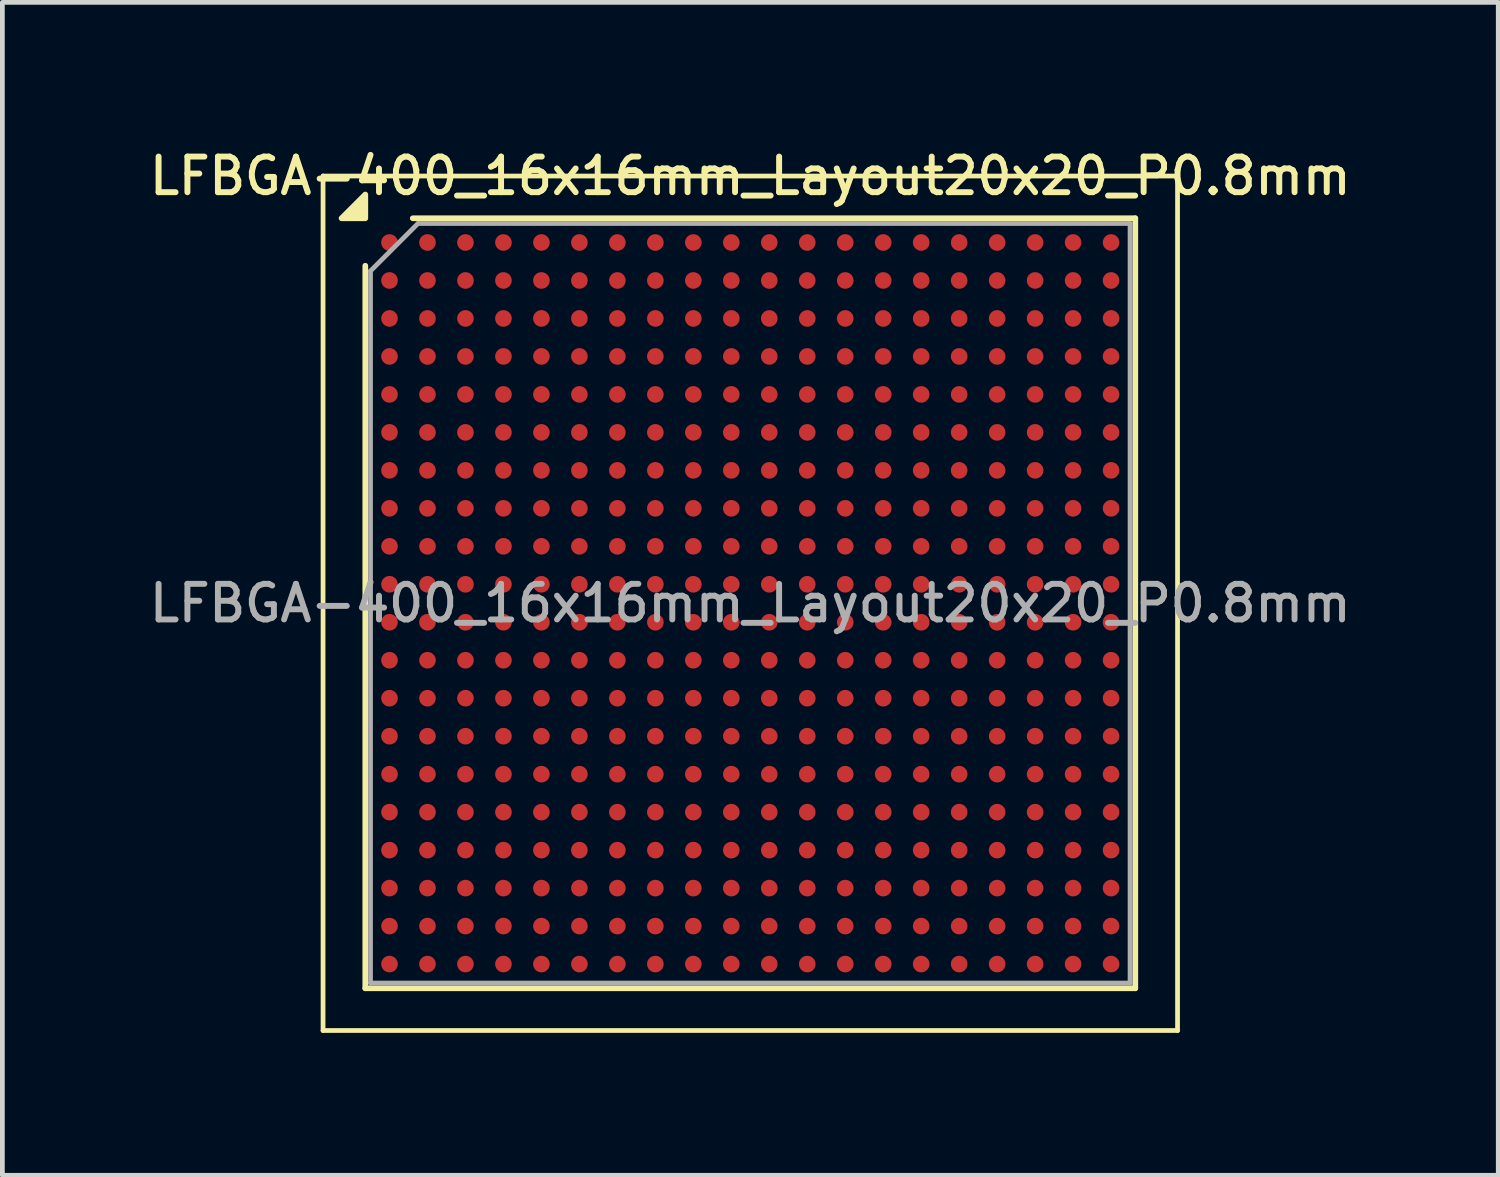
<source format=kicad_pcb>
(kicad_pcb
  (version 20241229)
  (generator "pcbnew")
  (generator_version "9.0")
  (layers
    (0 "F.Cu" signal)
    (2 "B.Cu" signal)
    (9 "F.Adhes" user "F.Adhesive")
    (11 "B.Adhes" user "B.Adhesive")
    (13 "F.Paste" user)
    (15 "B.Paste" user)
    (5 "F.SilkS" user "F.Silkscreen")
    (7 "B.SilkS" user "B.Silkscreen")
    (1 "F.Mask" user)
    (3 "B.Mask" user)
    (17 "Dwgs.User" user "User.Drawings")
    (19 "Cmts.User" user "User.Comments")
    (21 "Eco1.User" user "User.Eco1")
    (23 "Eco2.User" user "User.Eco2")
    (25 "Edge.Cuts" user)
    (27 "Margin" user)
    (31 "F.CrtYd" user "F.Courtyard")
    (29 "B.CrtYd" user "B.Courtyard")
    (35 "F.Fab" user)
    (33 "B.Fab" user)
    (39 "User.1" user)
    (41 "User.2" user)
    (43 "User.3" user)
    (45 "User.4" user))
  (footprint "LFBGA-400_16x16mm_Layout20x20_P0.8mm"
    (layer "F.Cu")
    (at 12.755 9.658)
    (property "Reference" "LFBGA-400_16x16mm_Layout20x20_P0.8mm" (at 0 -9 0) (layer "F.SilkS") (effects (font (size 0.75 0.75) (thickness 0.125))))
    (attr smd)
    (fp_line (start -9 -9) (end -9 9) (stroke (width 0.1) (type solid)) (layer "F.SilkS"))
    (fp_line (start -9 9) (end 9 9) (stroke (width 0.1) (type solid)) (layer "F.SilkS"))
    (fp_line (start -8.11 8.11) (end -8.11 -7.11) (stroke (width 0.12) (type solid)) (layer "F.SilkS"))
    (fp_line (start -7.11 -8.11) (end 8.11 -8.11) (stroke (width 0.12) (type solid)) (layer "F.SilkS"))
    (fp_line (start 8.11 -8.11) (end 8.11 8.11) (stroke (width 0.12) (type solid)) (layer "F.SilkS"))
    (fp_line (start 8.11 8.11) (end -8.11 8.11) (stroke (width 0.12) (type solid)) (layer "F.SilkS"))
    (fp_line (start 9 -9) (end -9 -9) (stroke (width 0.1) (type solid)) (layer "F.SilkS"))
    (fp_line (start 9 9) (end 9 -9) (stroke (width 0.1) (type solid)) (layer "F.SilkS"))
    (fp_poly (pts (xy -8.11 -8.11) (xy -8.61 -8.11) (xy -8.11 -8.61) (xy -8.11 -8.11)) (stroke (width 0.12) (type solid)) (fill yes) (layer "F.SilkS"))
    (fp_line (start -8 -7) (end -7 -8) (stroke (width 0.1) (type solid)) (layer "F.Fab"))
    (fp_line (start -8 8) (end -8 -7) (stroke (width 0.1) (type solid)) (layer "F.Fab"))
    (fp_line (start -7 -8) (end 8 -8) (stroke (width 0.1) (type solid)) (layer "F.Fab"))
    (fp_line (start 8 -8) (end 8 8) (stroke (width 0.1) (type solid)) (layer "F.Fab"))
    (fp_line (start 8 8) (end -8 8) (stroke (width 0.1) (type solid)) (layer "F.Fab"))
    (fp_text user "${REFERENCE}" (at 0 0 0) (layer "F.Fab") (effects (font (size 0.75 0.75) (thickness 0.125))))
    (pad "A1" smd circle (at -7.6 -7.6) (size 0.35 0.35) (property pad_prop_bga) (layers "F.Cu" "F.Mask" "F.Paste"))
    (pad "A2" smd circle (at -6.8 -7.6) (size 0.35 0.35) (property pad_prop_bga) (layers "F.Cu" "F.Mask" "F.Paste"))
    (pad "A3" smd circle (at -6 -7.6) (size 0.35 0.35) (property pad_prop_bga) (layers "F.Cu" "F.Mask" "F.Paste"))
    (pad "A4" smd circle (at -5.2 -7.6) (size 0.35 0.35) (property pad_prop_bga) (layers "F.Cu" "F.Mask" "F.Paste"))
    (pad "A5" smd circle (at -4.4 -7.6) (size 0.35 0.35) (property pad_prop_bga) (layers "F.Cu" "F.Mask" "F.Paste"))
    (pad "A6" smd circle (at -3.6 -7.6) (size 0.35 0.35) (property pad_prop_bga) (layers "F.Cu" "F.Mask" "F.Paste"))
    (pad "A7" smd circle (at -2.8 -7.6) (size 0.35 0.35) (property pad_prop_bga) (layers "F.Cu" "F.Mask" "F.Paste"))
    (pad "A8" smd circle (at -2 -7.6) (size 0.35 0.35) (property pad_prop_bga) (layers "F.Cu" "F.Mask" "F.Paste"))
    (pad "A9" smd circle (at -1.2 -7.6) (size 0.35 0.35) (property pad_prop_bga) (layers "F.Cu" "F.Mask" "F.Paste"))
    (pad "A10" smd circle (at -0.4 -7.6) (size 0.35 0.35) (property pad_prop_bga) (layers "F.Cu" "F.Mask" "F.Paste"))
    (pad "A11" smd circle (at 0.4 -7.6) (size 0.35 0.35) (property pad_prop_bga) (layers "F.Cu" "F.Mask" "F.Paste"))
    (pad "A12" smd circle (at 1.2 -7.6) (size 0.35 0.35) (property pad_prop_bga) (layers "F.Cu" "F.Mask" "F.Paste"))
    (pad "A13" smd circle (at 2 -7.6) (size 0.35 0.35) (property pad_prop_bga) (layers "F.Cu" "F.Mask" "F.Paste"))
    (pad "A14" smd circle (at 2.8 -7.6) (size 0.35 0.35) (property pad_prop_bga) (layers "F.Cu" "F.Mask" "F.Paste"))
    (pad "A15" smd circle (at 3.6 -7.6) (size 0.35 0.35) (property pad_prop_bga) (layers "F.Cu" "F.Mask" "F.Paste"))
    (pad "A16" smd circle (at 4.4 -7.6) (size 0.35 0.35) (property pad_prop_bga) (layers "F.Cu" "F.Mask" "F.Paste"))
    (pad "A17" smd circle (at 5.2 -7.6) (size 0.35 0.35) (property pad_prop_bga) (layers "F.Cu" "F.Mask" "F.Paste"))
    (pad "A18" smd circle (at 6 -7.6) (size 0.35 0.35) (property pad_prop_bga) (layers "F.Cu" "F.Mask" "F.Paste"))
    (pad "A19" smd circle (at 6.8 -7.6) (size 0.35 0.35) (property pad_prop_bga) (layers "F.Cu" "F.Mask" "F.Paste"))
    (pad "A20" smd circle (at 7.6 -7.6) (size 0.35 0.35) (property pad_prop_bga) (layers "F.Cu" "F.Mask" "F.Paste"))
    (pad "B1" smd circle (at -7.6 -6.8) (size 0.35 0.35) (property pad_prop_bga) (layers "F.Cu" "F.Mask" "F.Paste"))
    (pad "B2" smd circle (at -6.8 -6.8) (size 0.35 0.35) (property pad_prop_bga) (layers "F.Cu" "F.Mask" "F.Paste"))
    (pad "B3" smd circle (at -6 -6.8) (size 0.35 0.35) (property pad_prop_bga) (layers "F.Cu" "F.Mask" "F.Paste"))
    (pad "B4" smd circle (at -5.2 -6.8) (size 0.35 0.35) (property pad_prop_bga) (layers "F.Cu" "F.Mask" "F.Paste"))
    (pad "B5" smd circle (at -4.4 -6.8) (size 0.35 0.35) (property pad_prop_bga) (layers "F.Cu" "F.Mask" "F.Paste"))
    (pad "B6" smd circle (at -3.6 -6.8) (size 0.35 0.35) (property pad_prop_bga) (layers "F.Cu" "F.Mask" "F.Paste"))
    (pad "B7" smd circle (at -2.8 -6.8) (size 0.35 0.35) (property pad_prop_bga) (layers "F.Cu" "F.Mask" "F.Paste"))
    (pad "B8" smd circle (at -2 -6.8) (size 0.35 0.35) (property pad_prop_bga) (layers "F.Cu" "F.Mask" "F.Paste"))
    (pad "B9" smd circle (at -1.2 -6.8) (size 0.35 0.35) (property pad_prop_bga) (layers "F.Cu" "F.Mask" "F.Paste"))
    (pad "B10" smd circle (at -0.4 -6.8) (size 0.35 0.35) (property pad_prop_bga) (layers "F.Cu" "F.Mask" "F.Paste"))
    (pad "B11" smd circle (at 0.4 -6.8) (size 0.35 0.35) (property pad_prop_bga) (layers "F.Cu" "F.Mask" "F.Paste"))
    (pad "B12" smd circle (at 1.2 -6.8) (size 0.35 0.35) (property pad_prop_bga) (layers "F.Cu" "F.Mask" "F.Paste"))
    (pad "B13" smd circle (at 2 -6.8) (size 0.35 0.35) (property pad_prop_bga) (layers "F.Cu" "F.Mask" "F.Paste"))
    (pad "B14" smd circle (at 2.8 -6.8) (size 0.35 0.35) (property pad_prop_bga) (layers "F.Cu" "F.Mask" "F.Paste"))
    (pad "B15" smd circle (at 3.6 -6.8) (size 0.35 0.35) (property pad_prop_bga) (layers "F.Cu" "F.Mask" "F.Paste"))
    (pad "B16" smd circle (at 4.4 -6.8) (size 0.35 0.35) (property pad_prop_bga) (layers "F.Cu" "F.Mask" "F.Paste"))
    (pad "B17" smd circle (at 5.2 -6.8) (size 0.35 0.35) (property pad_prop_bga) (layers "F.Cu" "F.Mask" "F.Paste"))
    (pad "B18" smd circle (at 6 -6.8) (size 0.35 0.35) (property pad_prop_bga) (layers "F.Cu" "F.Mask" "F.Paste"))
    (pad "B19" smd circle (at 6.8 -6.8) (size 0.35 0.35) (property pad_prop_bga) (layers "F.Cu" "F.Mask" "F.Paste"))
    (pad "B20" smd circle (at 7.6 -6.8) (size 0.35 0.35) (property pad_prop_bga) (layers "F.Cu" "F.Mask" "F.Paste"))
    (pad "C1" smd circle (at -7.6 -6) (size 0.35 0.35) (property pad_prop_bga) (layers "F.Cu" "F.Mask" "F.Paste"))
    (pad "C2" smd circle (at -6.8 -6) (size 0.35 0.35) (property pad_prop_bga) (layers "F.Cu" "F.Mask" "F.Paste"))
    (pad "C3" smd circle (at -6 -6) (size 0.35 0.35) (property pad_prop_bga) (layers "F.Cu" "F.Mask" "F.Paste"))
    (pad "C4" smd circle (at -5.2 -6) (size 0.35 0.35) (property pad_prop_bga) (layers "F.Cu" "F.Mask" "F.Paste"))
    (pad "C5" smd circle (at -4.4 -6) (size 0.35 0.35) (property pad_prop_bga) (layers "F.Cu" "F.Mask" "F.Paste"))
    (pad "C6" smd circle (at -3.6 -6) (size 0.35 0.35) (property pad_prop_bga) (layers "F.Cu" "F.Mask" "F.Paste"))
    (pad "C7" smd circle (at -2.8 -6) (size 0.35 0.35) (property pad_prop_bga) (layers "F.Cu" "F.Mask" "F.Paste"))
    (pad "C8" smd circle (at -2 -6) (size 0.35 0.35) (property pad_prop_bga) (layers "F.Cu" "F.Mask" "F.Paste"))
    (pad "C9" smd circle (at -1.2 -6) (size 0.35 0.35) (property pad_prop_bga) (layers "F.Cu" "F.Mask" "F.Paste"))
    (pad "C10" smd circle (at -0.4 -6) (size 0.35 0.35) (property pad_prop_bga) (layers "F.Cu" "F.Mask" "F.Paste"))
    (pad "C11" smd circle (at 0.4 -6) (size 0.35 0.35) (property pad_prop_bga) (layers "F.Cu" "F.Mask" "F.Paste"))
    (pad "C12" smd circle (at 1.2 -6) (size 0.35 0.35) (property pad_prop_bga) (layers "F.Cu" "F.Mask" "F.Paste"))
    (pad "C13" smd circle (at 2 -6) (size 0.35 0.35) (property pad_prop_bga) (layers "F.Cu" "F.Mask" "F.Paste"))
    (pad "C14" smd circle (at 2.8 -6) (size 0.35 0.35) (property pad_prop_bga) (layers "F.Cu" "F.Mask" "F.Paste"))
    (pad "C15" smd circle (at 3.6 -6) (size 0.35 0.35) (property pad_prop_bga) (layers "F.Cu" "F.Mask" "F.Paste"))
    (pad "C16" smd circle (at 4.4 -6) (size 0.35 0.35) (property pad_prop_bga) (layers "F.Cu" "F.Mask" "F.Paste"))
    (pad "C17" smd circle (at 5.2 -6) (size 0.35 0.35) (property pad_prop_bga) (layers "F.Cu" "F.Mask" "F.Paste"))
    (pad "C18" smd circle (at 6 -6) (size 0.35 0.35) (property pad_prop_bga) (layers "F.Cu" "F.Mask" "F.Paste"))
    (pad "C19" smd circle (at 6.8 -6) (size 0.35 0.35) (property pad_prop_bga) (layers "F.Cu" "F.Mask" "F.Paste"))
    (pad "C20" smd circle (at 7.6 -6) (size 0.35 0.35) (property pad_prop_bga) (layers "F.Cu" "F.Mask" "F.Paste"))
    (pad "D1" smd circle (at -7.6 -5.2) (size 0.35 0.35) (property pad_prop_bga) (layers "F.Cu" "F.Mask" "F.Paste"))
    (pad "D2" smd circle (at -6.8 -5.2) (size 0.35 0.35) (property pad_prop_bga) (layers "F.Cu" "F.Mask" "F.Paste"))
    (pad "D3" smd circle (at -6 -5.2) (size 0.35 0.35) (property pad_prop_bga) (layers "F.Cu" "F.Mask" "F.Paste"))
    (pad "D4" smd circle (at -5.2 -5.2) (size 0.35 0.35) (property pad_prop_bga) (layers "F.Cu" "F.Mask" "F.Paste"))
    (pad "D5" smd circle (at -4.4 -5.2) (size 0.35 0.35) (property pad_prop_bga) (layers "F.Cu" "F.Mask" "F.Paste"))
    (pad "D6" smd circle (at -3.6 -5.2) (size 0.35 0.35) (property pad_prop_bga) (layers "F.Cu" "F.Mask" "F.Paste"))
    (pad "D7" smd circle (at -2.8 -5.2) (size 0.35 0.35) (property pad_prop_bga) (layers "F.Cu" "F.Mask" "F.Paste"))
    (pad "D8" smd circle (at -2 -5.2) (size 0.35 0.35) (property pad_prop_bga) (layers "F.Cu" "F.Mask" "F.Paste"))
    (pad "D9" smd circle (at -1.2 -5.2) (size 0.35 0.35) (property pad_prop_bga) (layers "F.Cu" "F.Mask" "F.Paste"))
    (pad "D10" smd circle (at -0.4 -5.2) (size 0.35 0.35) (property pad_prop_bga) (layers "F.Cu" "F.Mask" "F.Paste"))
    (pad "D11" smd circle (at 0.4 -5.2) (size 0.35 0.35) (property pad_prop_bga) (layers "F.Cu" "F.Mask" "F.Paste"))
    (pad "D12" smd circle (at 1.2 -5.2) (size 0.35 0.35) (property pad_prop_bga) (layers "F.Cu" "F.Mask" "F.Paste"))
    (pad "D13" smd circle (at 2 -5.2) (size 0.35 0.35) (property pad_prop_bga) (layers "F.Cu" "F.Mask" "F.Paste"))
    (pad "D14" smd circle (at 2.8 -5.2) (size 0.35 0.35) (property pad_prop_bga) (layers "F.Cu" "F.Mask" "F.Paste"))
    (pad "D15" smd circle (at 3.6 -5.2) (size 0.35 0.35) (property pad_prop_bga) (layers "F.Cu" "F.Mask" "F.Paste"))
    (pad "D16" smd circle (at 4.4 -5.2) (size 0.35 0.35) (property pad_prop_bga) (layers "F.Cu" "F.Mask" "F.Paste"))
    (pad "D17" smd circle (at 5.2 -5.2) (size 0.35 0.35) (property pad_prop_bga) (layers "F.Cu" "F.Mask" "F.Paste"))
    (pad "D18" smd circle (at 6 -5.2) (size 0.35 0.35) (property pad_prop_bga) (layers "F.Cu" "F.Mask" "F.Paste"))
    (pad "D19" smd circle (at 6.8 -5.2) (size 0.35 0.35) (property pad_prop_bga) (layers "F.Cu" "F.Mask" "F.Paste"))
    (pad "D20" smd circle (at 7.6 -5.2) (size 0.35 0.35) (property pad_prop_bga) (layers "F.Cu" "F.Mask" "F.Paste"))
    (pad "E1" smd circle (at -7.6 -4.4) (size 0.35 0.35) (property pad_prop_bga) (layers "F.Cu" "F.Mask" "F.Paste"))
    (pad "E2" smd circle (at -6.8 -4.4) (size 0.35 0.35) (property pad_prop_bga) (layers "F.Cu" "F.Mask" "F.Paste"))
    (pad "E3" smd circle (at -6 -4.4) (size 0.35 0.35) (property pad_prop_bga) (layers "F.Cu" "F.Mask" "F.Paste"))
    (pad "E4" smd circle (at -5.2 -4.4) (size 0.35 0.35) (property pad_prop_bga) (layers "F.Cu" "F.Mask" "F.Paste"))
    (pad "E5" smd circle (at -4.4 -4.4) (size 0.35 0.35) (property pad_prop_bga) (layers "F.Cu" "F.Mask" "F.Paste"))
    (pad "E6" smd circle (at -3.6 -4.4) (size 0.35 0.35) (property pad_prop_bga) (layers "F.Cu" "F.Mask" "F.Paste"))
    (pad "E7" smd circle (at -2.8 -4.4) (size 0.35 0.35) (property pad_prop_bga) (layers "F.Cu" "F.Mask" "F.Paste"))
    (pad "E8" smd circle (at -2 -4.4) (size 0.35 0.35) (property pad_prop_bga) (layers "F.Cu" "F.Mask" "F.Paste"))
    (pad "E9" smd circle (at -1.2 -4.4) (size 0.35 0.35) (property pad_prop_bga) (layers "F.Cu" "F.Mask" "F.Paste"))
    (pad "E10" smd circle (at -0.4 -4.4) (size 0.35 0.35) (property pad_prop_bga) (layers "F.Cu" "F.Mask" "F.Paste"))
    (pad "E11" smd circle (at 0.4 -4.4) (size 0.35 0.35) (property pad_prop_bga) (layers "F.Cu" "F.Mask" "F.Paste"))
    (pad "E12" smd circle (at 1.2 -4.4) (size 0.35 0.35) (property pad_prop_bga) (layers "F.Cu" "F.Mask" "F.Paste"))
    (pad "E13" smd circle (at 2 -4.4) (size 0.35 0.35) (property pad_prop_bga) (layers "F.Cu" "F.Mask" "F.Paste"))
    (pad "E14" smd circle (at 2.8 -4.4) (size 0.35 0.35) (property pad_prop_bga) (layers "F.Cu" "F.Mask" "F.Paste"))
    (pad "E15" smd circle (at 3.6 -4.4) (size 0.35 0.35) (property pad_prop_bga) (layers "F.Cu" "F.Mask" "F.Paste"))
    (pad "E16" smd circle (at 4.4 -4.4) (size 0.35 0.35) (property pad_prop_bga) (layers "F.Cu" "F.Mask" "F.Paste"))
    (pad "E17" smd circle (at 5.2 -4.4) (size 0.35 0.35) (property pad_prop_bga) (layers "F.Cu" "F.Mask" "F.Paste"))
    (pad "E18" smd circle (at 6 -4.4) (size 0.35 0.35) (property pad_prop_bga) (layers "F.Cu" "F.Mask" "F.Paste"))
    (pad "E19" smd circle (at 6.8 -4.4) (size 0.35 0.35) (property pad_prop_bga) (layers "F.Cu" "F.Mask" "F.Paste"))
    (pad "E20" smd circle (at 7.6 -4.4) (size 0.35 0.35) (property pad_prop_bga) (layers "F.Cu" "F.Mask" "F.Paste"))
    (pad "F1" smd circle (at -7.6 -3.6) (size 0.35 0.35) (property pad_prop_bga) (layers "F.Cu" "F.Mask" "F.Paste"))
    (pad "F2" smd circle (at -6.8 -3.6) (size 0.35 0.35) (property pad_prop_bga) (layers "F.Cu" "F.Mask" "F.Paste"))
    (pad "F3" smd circle (at -6 -3.6) (size 0.35 0.35) (property pad_prop_bga) (layers "F.Cu" "F.Mask" "F.Paste"))
    (pad "F4" smd circle (at -5.2 -3.6) (size 0.35 0.35) (property pad_prop_bga) (layers "F.Cu" "F.Mask" "F.Paste"))
    (pad "F5" smd circle (at -4.4 -3.6) (size 0.35 0.35) (property pad_prop_bga) (layers "F.Cu" "F.Mask" "F.Paste"))
    (pad "F6" smd circle (at -3.6 -3.6) (size 0.35 0.35) (property pad_prop_bga) (layers "F.Cu" "F.Mask" "F.Paste"))
    (pad "F7" smd circle (at -2.8 -3.6) (size 0.35 0.35) (property pad_prop_bga) (layers "F.Cu" "F.Mask" "F.Paste"))
    (pad "F8" smd circle (at -2 -3.6) (size 0.35 0.35) (property pad_prop_bga) (layers "F.Cu" "F.Mask" "F.Paste"))
    (pad "F9" smd circle (at -1.2 -3.6) (size 0.35 0.35) (property pad_prop_bga) (layers "F.Cu" "F.Mask" "F.Paste"))
    (pad "F10" smd circle (at -0.4 -3.6) (size 0.35 0.35) (property pad_prop_bga) (layers "F.Cu" "F.Mask" "F.Paste"))
    (pad "F11" smd circle (at 0.4 -3.6) (size 0.35 0.35) (property pad_prop_bga) (layers "F.Cu" "F.Mask" "F.Paste"))
    (pad "F12" smd circle (at 1.2 -3.6) (size 0.35 0.35) (property pad_prop_bga) (layers "F.Cu" "F.Mask" "F.Paste"))
    (pad "F13" smd circle (at 2 -3.6) (size 0.35 0.35) (property pad_prop_bga) (layers "F.Cu" "F.Mask" "F.Paste"))
    (pad "F14" smd circle (at 2.8 -3.6) (size 0.35 0.35) (property pad_prop_bga) (layers "F.Cu" "F.Mask" "F.Paste"))
    (pad "F15" smd circle (at 3.6 -3.6) (size 0.35 0.35) (property pad_prop_bga) (layers "F.Cu" "F.Mask" "F.Paste"))
    (pad "F16" smd circle (at 4.4 -3.6) (size 0.35 0.35) (property pad_prop_bga) (layers "F.Cu" "F.Mask" "F.Paste"))
    (pad "F17" smd circle (at 5.2 -3.6) (size 0.35 0.35) (property pad_prop_bga) (layers "F.Cu" "F.Mask" "F.Paste"))
    (pad "F18" smd circle (at 6 -3.6) (size 0.35 0.35) (property pad_prop_bga) (layers "F.Cu" "F.Mask" "F.Paste"))
    (pad "F19" smd circle (at 6.8 -3.6) (size 0.35 0.35) (property pad_prop_bga) (layers "F.Cu" "F.Mask" "F.Paste"))
    (pad "F20" smd circle (at 7.6 -3.6) (size 0.35 0.35) (property pad_prop_bga) (layers "F.Cu" "F.Mask" "F.Paste"))
    (pad "G1" smd circle (at -7.6 -2.8) (size 0.35 0.35) (property pad_prop_bga) (layers "F.Cu" "F.Mask" "F.Paste"))
    (pad "G2" smd circle (at -6.8 -2.8) (size 0.35 0.35) (property pad_prop_bga) (layers "F.Cu" "F.Mask" "F.Paste"))
    (pad "G3" smd circle (at -6 -2.8) (size 0.35 0.35) (property pad_prop_bga) (layers "F.Cu" "F.Mask" "F.Paste"))
    (pad "G4" smd circle (at -5.2 -2.8) (size 0.35 0.35) (property pad_prop_bga) (layers "F.Cu" "F.Mask" "F.Paste"))
    (pad "G5" smd circle (at -4.4 -2.8) (size 0.35 0.35) (property pad_prop_bga) (layers "F.Cu" "F.Mask" "F.Paste"))
    (pad "G6" smd circle (at -3.6 -2.8) (size 0.35 0.35) (property pad_prop_bga) (layers "F.Cu" "F.Mask" "F.Paste"))
    (pad "G7" smd circle (at -2.8 -2.8) (size 0.35 0.35) (property pad_prop_bga) (layers "F.Cu" "F.Mask" "F.Paste"))
    (pad "G8" smd circle (at -2 -2.8) (size 0.35 0.35) (property pad_prop_bga) (layers "F.Cu" "F.Mask" "F.Paste"))
    (pad "G9" smd circle (at -1.2 -2.8) (size 0.35 0.35) (property pad_prop_bga) (layers "F.Cu" "F.Mask" "F.Paste"))
    (pad "G10" smd circle (at -0.4 -2.8) (size 0.35 0.35) (property pad_prop_bga) (layers "F.Cu" "F.Mask" "F.Paste"))
    (pad "G11" smd circle (at 0.4 -2.8) (size 0.35 0.35) (property pad_prop_bga) (layers "F.Cu" "F.Mask" "F.Paste"))
    (pad "G12" smd circle (at 1.2 -2.8) (size 0.35 0.35) (property pad_prop_bga) (layers "F.Cu" "F.Mask" "F.Paste"))
    (pad "G13" smd circle (at 2 -2.8) (size 0.35 0.35) (property pad_prop_bga) (layers "F.Cu" "F.Mask" "F.Paste"))
    (pad "G14" smd circle (at 2.8 -2.8) (size 0.35 0.35) (property pad_prop_bga) (layers "F.Cu" "F.Mask" "F.Paste"))
    (pad "G15" smd circle (at 3.6 -2.8) (size 0.35 0.35) (property pad_prop_bga) (layers "F.Cu" "F.Mask" "F.Paste"))
    (pad "G16" smd circle (at 4.4 -2.8) (size 0.35 0.35) (property pad_prop_bga) (layers "F.Cu" "F.Mask" "F.Paste"))
    (pad "G17" smd circle (at 5.2 -2.8) (size 0.35 0.35) (property pad_prop_bga) (layers "F.Cu" "F.Mask" "F.Paste"))
    (pad "G18" smd circle (at 6 -2.8) (size 0.35 0.35) (property pad_prop_bga) (layers "F.Cu" "F.Mask" "F.Paste"))
    (pad "G19" smd circle (at 6.8 -2.8) (size 0.35 0.35) (property pad_prop_bga) (layers "F.Cu" "F.Mask" "F.Paste"))
    (pad "G20" smd circle (at 7.6 -2.8) (size 0.35 0.35) (property pad_prop_bga) (layers "F.Cu" "F.Mask" "F.Paste"))
    (pad "H1" smd circle (at -7.6 -2) (size 0.35 0.35) (property pad_prop_bga) (layers "F.Cu" "F.Mask" "F.Paste"))
    (pad "H2" smd circle (at -6.8 -2) (size 0.35 0.35) (property pad_prop_bga) (layers "F.Cu" "F.Mask" "F.Paste"))
    (pad "H3" smd circle (at -6 -2) (size 0.35 0.35) (property pad_prop_bga) (layers "F.Cu" "F.Mask" "F.Paste"))
    (pad "H4" smd circle (at -5.2 -2) (size 0.35 0.35) (property pad_prop_bga) (layers "F.Cu" "F.Mask" "F.Paste"))
    (pad "H5" smd circle (at -4.4 -2) (size 0.35 0.35) (property pad_prop_bga) (layers "F.Cu" "F.Mask" "F.Paste"))
    (pad "H6" smd circle (at -3.6 -2) (size 0.35 0.35) (property pad_prop_bga) (layers "F.Cu" "F.Mask" "F.Paste"))
    (pad "H7" smd circle (at -2.8 -2) (size 0.35 0.35) (property pad_prop_bga) (layers "F.Cu" "F.Mask" "F.Paste"))
    (pad "H8" smd circle (at -2 -2) (size 0.35 0.35) (property pad_prop_bga) (layers "F.Cu" "F.Mask" "F.Paste"))
    (pad "H9" smd circle (at -1.2 -2) (size 0.35 0.35) (property pad_prop_bga) (layers "F.Cu" "F.Mask" "F.Paste"))
    (pad "H10" smd circle (at -0.4 -2) (size 0.35 0.35) (property pad_prop_bga) (layers "F.Cu" "F.Mask" "F.Paste"))
    (pad "H11" smd circle (at 0.4 -2) (size 0.35 0.35) (property pad_prop_bga) (layers "F.Cu" "F.Mask" "F.Paste"))
    (pad "H12" smd circle (at 1.2 -2) (size 0.35 0.35) (property pad_prop_bga) (layers "F.Cu" "F.Mask" "F.Paste"))
    (pad "H13" smd circle (at 2 -2) (size 0.35 0.35) (property pad_prop_bga) (layers "F.Cu" "F.Mask" "F.Paste"))
    (pad "H14" smd circle (at 2.8 -2) (size 0.35 0.35) (property pad_prop_bga) (layers "F.Cu" "F.Mask" "F.Paste"))
    (pad "H15" smd circle (at 3.6 -2) (size 0.35 0.35) (property pad_prop_bga) (layers "F.Cu" "F.Mask" "F.Paste"))
    (pad "H16" smd circle (at 4.4 -2) (size 0.35 0.35) (property pad_prop_bga) (layers "F.Cu" "F.Mask" "F.Paste"))
    (pad "H17" smd circle (at 5.2 -2) (size 0.35 0.35) (property pad_prop_bga) (layers "F.Cu" "F.Mask" "F.Paste"))
    (pad "H18" smd circle (at 6 -2) (size 0.35 0.35) (property pad_prop_bga) (layers "F.Cu" "F.Mask" "F.Paste"))
    (pad "H19" smd circle (at 6.8 -2) (size 0.35 0.35) (property pad_prop_bga) (layers "F.Cu" "F.Mask" "F.Paste"))
    (pad "H20" smd circle (at 7.6 -2) (size 0.35 0.35) (property pad_prop_bga) (layers "F.Cu" "F.Mask" "F.Paste"))
    (pad "J1" smd circle (at -7.6 -1.2) (size 0.35 0.35) (property pad_prop_bga) (layers "F.Cu" "F.Mask" "F.Paste"))
    (pad "J2" smd circle (at -6.8 -1.2) (size 0.35 0.35) (property pad_prop_bga) (layers "F.Cu" "F.Mask" "F.Paste"))
    (pad "J3" smd circle (at -6 -1.2) (size 0.35 0.35) (property pad_prop_bga) (layers "F.Cu" "F.Mask" "F.Paste"))
    (pad "J4" smd circle (at -5.2 -1.2) (size 0.35 0.35) (property pad_prop_bga) (layers "F.Cu" "F.Mask" "F.Paste"))
    (pad "J5" smd circle (at -4.4 -1.2) (size 0.35 0.35) (property pad_prop_bga) (layers "F.Cu" "F.Mask" "F.Paste"))
    (pad "J6" smd circle (at -3.6 -1.2) (size 0.35 0.35) (property pad_prop_bga) (layers "F.Cu" "F.Mask" "F.Paste"))
    (pad "J7" smd circle (at -2.8 -1.2) (size 0.35 0.35) (property pad_prop_bga) (layers "F.Cu" "F.Mask" "F.Paste"))
    (pad "J8" smd circle (at -2 -1.2) (size 0.35 0.35) (property pad_prop_bga) (layers "F.Cu" "F.Mask" "F.Paste"))
    (pad "J9" smd circle (at -1.2 -1.2) (size 0.35 0.35) (property pad_prop_bga) (layers "F.Cu" "F.Mask" "F.Paste"))
    (pad "J10" smd circle (at -0.4 -1.2) (size 0.35 0.35) (property pad_prop_bga) (layers "F.Cu" "F.Mask" "F.Paste"))
    (pad "J11" smd circle (at 0.4 -1.2) (size 0.35 0.35) (property pad_prop_bga) (layers "F.Cu" "F.Mask" "F.Paste"))
    (pad "J12" smd circle (at 1.2 -1.2) (size 0.35 0.35) (property pad_prop_bga) (layers "F.Cu" "F.Mask" "F.Paste"))
    (pad "J13" smd circle (at 2 -1.2) (size 0.35 0.35) (property pad_prop_bga) (layers "F.Cu" "F.Mask" "F.Paste"))
    (pad "J14" smd circle (at 2.8 -1.2) (size 0.35 0.35) (property pad_prop_bga) (layers "F.Cu" "F.Mask" "F.Paste"))
    (pad "J15" smd circle (at 3.6 -1.2) (size 0.35 0.35) (property pad_prop_bga) (layers "F.Cu" "F.Mask" "F.Paste"))
    (pad "J16" smd circle (at 4.4 -1.2) (size 0.35 0.35) (property pad_prop_bga) (layers "F.Cu" "F.Mask" "F.Paste"))
    (pad "J17" smd circle (at 5.2 -1.2) (size 0.35 0.35) (property pad_prop_bga) (layers "F.Cu" "F.Mask" "F.Paste"))
    (pad "J18" smd circle (at 6 -1.2) (size 0.35 0.35) (property pad_prop_bga) (layers "F.Cu" "F.Mask" "F.Paste"))
    (pad "J19" smd circle (at 6.8 -1.2) (size 0.35 0.35) (property pad_prop_bga) (layers "F.Cu" "F.Mask" "F.Paste"))
    (pad "J20" smd circle (at 7.6 -1.2) (size 0.35 0.35) (property pad_prop_bga) (layers "F.Cu" "F.Mask" "F.Paste"))
    (pad "K1" smd circle (at -7.6 -0.4) (size 0.35 0.35) (property pad_prop_bga) (layers "F.Cu" "F.Mask" "F.Paste"))
    (pad "K2" smd circle (at -6.8 -0.4) (size 0.35 0.35) (property pad_prop_bga) (layers "F.Cu" "F.Mask" "F.Paste"))
    (pad "K3" smd circle (at -6 -0.4) (size 0.35 0.35) (property pad_prop_bga) (layers "F.Cu" "F.Mask" "F.Paste"))
    (pad "K4" smd circle (at -5.2 -0.4) (size 0.35 0.35) (property pad_prop_bga) (layers "F.Cu" "F.Mask" "F.Paste"))
    (pad "K5" smd circle (at -4.4 -0.4) (size 0.35 0.35) (property pad_prop_bga) (layers "F.Cu" "F.Mask" "F.Paste"))
    (pad "K6" smd circle (at -3.6 -0.4) (size 0.35 0.35) (property pad_prop_bga) (layers "F.Cu" "F.Mask" "F.Paste"))
    (pad "K7" smd circle (at -2.8 -0.4) (size 0.35 0.35) (property pad_prop_bga) (layers "F.Cu" "F.Mask" "F.Paste"))
    (pad "K8" smd circle (at -2 -0.4) (size 0.35 0.35) (property pad_prop_bga) (layers "F.Cu" "F.Mask" "F.Paste"))
    (pad "K9" smd circle (at -1.2 -0.4) (size 0.35 0.35) (property pad_prop_bga) (layers "F.Cu" "F.Mask" "F.Paste"))
    (pad "K10" smd circle (at -0.4 -0.4) (size 0.35 0.35) (property pad_prop_bga) (layers "F.Cu" "F.Mask" "F.Paste"))
    (pad "K11" smd circle (at 0.4 -0.4) (size 0.35 0.35) (property pad_prop_bga) (layers "F.Cu" "F.Mask" "F.Paste"))
    (pad "K12" smd circle (at 1.2 -0.4) (size 0.35 0.35) (property pad_prop_bga) (layers "F.Cu" "F.Mask" "F.Paste"))
    (pad "K13" smd circle (at 2 -0.4) (size 0.35 0.35) (property pad_prop_bga) (layers "F.Cu" "F.Mask" "F.Paste"))
    (pad "K14" smd circle (at 2.8 -0.4) (size 0.35 0.35) (property pad_prop_bga) (layers "F.Cu" "F.Mask" "F.Paste"))
    (pad "K15" smd circle (at 3.6 -0.4) (size 0.35 0.35) (property pad_prop_bga) (layers "F.Cu" "F.Mask" "F.Paste"))
    (pad "K16" smd circle (at 4.4 -0.4) (size 0.35 0.35) (property pad_prop_bga) (layers "F.Cu" "F.Mask" "F.Paste"))
    (pad "K17" smd circle (at 5.2 -0.4) (size 0.35 0.35) (property pad_prop_bga) (layers "F.Cu" "F.Mask" "F.Paste"))
    (pad "K18" smd circle (at 6 -0.4) (size 0.35 0.35) (property pad_prop_bga) (layers "F.Cu" "F.Mask" "F.Paste"))
    (pad "K19" smd circle (at 6.8 -0.4) (size 0.35 0.35) (property pad_prop_bga) (layers "F.Cu" "F.Mask" "F.Paste"))
    (pad "K20" smd circle (at 7.6 -0.4) (size 0.35 0.35) (property pad_prop_bga) (layers "F.Cu" "F.Mask" "F.Paste"))
    (pad "L1" smd circle (at -7.6 0.4) (size 0.35 0.35) (property pad_prop_bga) (layers "F.Cu" "F.Mask" "F.Paste"))
    (pad "L2" smd circle (at -6.8 0.4) (size 0.35 0.35) (property pad_prop_bga) (layers "F.Cu" "F.Mask" "F.Paste"))
    (pad "L3" smd circle (at -6 0.4) (size 0.35 0.35) (property pad_prop_bga) (layers "F.Cu" "F.Mask" "F.Paste"))
    (pad "L4" smd circle (at -5.2 0.4) (size 0.35 0.35) (property pad_prop_bga) (layers "F.Cu" "F.Mask" "F.Paste"))
    (pad "L5" smd circle (at -4.4 0.4) (size 0.35 0.35) (property pad_prop_bga) (layers "F.Cu" "F.Mask" "F.Paste"))
    (pad "L6" smd circle (at -3.6 0.4) (size 0.35 0.35) (property pad_prop_bga) (layers "F.Cu" "F.Mask" "F.Paste"))
    (pad "L7" smd circle (at -2.8 0.4) (size 0.35 0.35) (property pad_prop_bga) (layers "F.Cu" "F.Mask" "F.Paste"))
    (pad "L8" smd circle (at -2 0.4) (size 0.35 0.35) (property pad_prop_bga) (layers "F.Cu" "F.Mask" "F.Paste"))
    (pad "L9" smd circle (at -1.2 0.4) (size 0.35 0.35) (property pad_prop_bga) (layers "F.Cu" "F.Mask" "F.Paste"))
    (pad "L10" smd circle (at -0.4 0.4) (size 0.35 0.35) (property pad_prop_bga) (layers "F.Cu" "F.Mask" "F.Paste"))
    (pad "L11" smd circle (at 0.4 0.4) (size 0.35 0.35) (property pad_prop_bga) (layers "F.Cu" "F.Mask" "F.Paste"))
    (pad "L12" smd circle (at 1.2 0.4) (size 0.35 0.35) (property pad_prop_bga) (layers "F.Cu" "F.Mask" "F.Paste"))
    (pad "L13" smd circle (at 2 0.4) (size 0.35 0.35) (property pad_prop_bga) (layers "F.Cu" "F.Mask" "F.Paste"))
    (pad "L14" smd circle (at 2.8 0.4) (size 0.35 0.35) (property pad_prop_bga) (layers "F.Cu" "F.Mask" "F.Paste"))
    (pad "L15" smd circle (at 3.6 0.4) (size 0.35 0.35) (property pad_prop_bga) (layers "F.Cu" "F.Mask" "F.Paste"))
    (pad "L16" smd circle (at 4.4 0.4) (size 0.35 0.35) (property pad_prop_bga) (layers "F.Cu" "F.Mask" "F.Paste"))
    (pad "L17" smd circle (at 5.2 0.4) (size 0.35 0.35) (property pad_prop_bga) (layers "F.Cu" "F.Mask" "F.Paste"))
    (pad "L18" smd circle (at 6 0.4) (size 0.35 0.35) (property pad_prop_bga) (layers "F.Cu" "F.Mask" "F.Paste"))
    (pad "L19" smd circle (at 6.8 0.4) (size 0.35 0.35) (property pad_prop_bga) (layers "F.Cu" "F.Mask" "F.Paste"))
    (pad "L20" smd circle (at 7.6 0.4) (size 0.35 0.35) (property pad_prop_bga) (layers "F.Cu" "F.Mask" "F.Paste"))
    (pad "M1" smd circle (at -7.6 1.2) (size 0.35 0.35) (property pad_prop_bga) (layers "F.Cu" "F.Mask" "F.Paste"))
    (pad "M2" smd circle (at -6.8 1.2) (size 0.35 0.35) (property pad_prop_bga) (layers "F.Cu" "F.Mask" "F.Paste"))
    (pad "M3" smd circle (at -6 1.2) (size 0.35 0.35) (property pad_prop_bga) (layers "F.Cu" "F.Mask" "F.Paste"))
    (pad "M4" smd circle (at -5.2 1.2) (size 0.35 0.35) (property pad_prop_bga) (layers "F.Cu" "F.Mask" "F.Paste"))
    (pad "M5" smd circle (at -4.4 1.2) (size 0.35 0.35) (property pad_prop_bga) (layers "F.Cu" "F.Mask" "F.Paste"))
    (pad "M6" smd circle (at -3.6 1.2) (size 0.35 0.35) (property pad_prop_bga) (layers "F.Cu" "F.Mask" "F.Paste"))
    (pad "M7" smd circle (at -2.8 1.2) (size 0.35 0.35) (property pad_prop_bga) (layers "F.Cu" "F.Mask" "F.Paste"))
    (pad "M8" smd circle (at -2 1.2) (size 0.35 0.35) (property pad_prop_bga) (layers "F.Cu" "F.Mask" "F.Paste"))
    (pad "M9" smd circle (at -1.2 1.2) (size 0.35 0.35) (property pad_prop_bga) (layers "F.Cu" "F.Mask" "F.Paste"))
    (pad "M10" smd circle (at -0.4 1.2) (size 0.35 0.35) (property pad_prop_bga) (layers "F.Cu" "F.Mask" "F.Paste"))
    (pad "M11" smd circle (at 0.4 1.2) (size 0.35 0.35) (property pad_prop_bga) (layers "F.Cu" "F.Mask" "F.Paste"))
    (pad "M12" smd circle (at 1.2 1.2) (size 0.35 0.35) (property pad_prop_bga) (layers "F.Cu" "F.Mask" "F.Paste"))
    (pad "M13" smd circle (at 2 1.2) (size 0.35 0.35) (property pad_prop_bga) (layers "F.Cu" "F.Mask" "F.Paste"))
    (pad "M14" smd circle (at 2.8 1.2) (size 0.35 0.35) (property pad_prop_bga) (layers "F.Cu" "F.Mask" "F.Paste"))
    (pad "M15" smd circle (at 3.6 1.2) (size 0.35 0.35) (property pad_prop_bga) (layers "F.Cu" "F.Mask" "F.Paste"))
    (pad "M16" smd circle (at 4.4 1.2) (size 0.35 0.35) (property pad_prop_bga) (layers "F.Cu" "F.Mask" "F.Paste"))
    (pad "M17" smd circle (at 5.2 1.2) (size 0.35 0.35) (property pad_prop_bga) (layers "F.Cu" "F.Mask" "F.Paste"))
    (pad "M18" smd circle (at 6 1.2) (size 0.35 0.35) (property pad_prop_bga) (layers "F.Cu" "F.Mask" "F.Paste"))
    (pad "M19" smd circle (at 6.8 1.2) (size 0.35 0.35) (property pad_prop_bga) (layers "F.Cu" "F.Mask" "F.Paste"))
    (pad "M20" smd circle (at 7.6 1.2) (size 0.35 0.35) (property pad_prop_bga) (layers "F.Cu" "F.Mask" "F.Paste"))
    (pad "N1" smd circle (at -7.6 2) (size 0.35 0.35) (property pad_prop_bga) (layers "F.Cu" "F.Mask" "F.Paste"))
    (pad "N2" smd circle (at -6.8 2) (size 0.35 0.35) (property pad_prop_bga) (layers "F.Cu" "F.Mask" "F.Paste"))
    (pad "N3" smd circle (at -6 2) (size 0.35 0.35) (property pad_prop_bga) (layers "F.Cu" "F.Mask" "F.Paste"))
    (pad "N4" smd circle (at -5.2 2) (size 0.35 0.35) (property pad_prop_bga) (layers "F.Cu" "F.Mask" "F.Paste"))
    (pad "N5" smd circle (at -4.4 2) (size 0.35 0.35) (property pad_prop_bga) (layers "F.Cu" "F.Mask" "F.Paste"))
    (pad "N6" smd circle (at -3.6 2) (size 0.35 0.35) (property pad_prop_bga) (layers "F.Cu" "F.Mask" "F.Paste"))
    (pad "N7" smd circle (at -2.8 2) (size 0.35 0.35) (property pad_prop_bga) (layers "F.Cu" "F.Mask" "F.Paste"))
    (pad "N8" smd circle (at -2 2) (size 0.35 0.35) (property pad_prop_bga) (layers "F.Cu" "F.Mask" "F.Paste"))
    (pad "N9" smd circle (at -1.2 2) (size 0.35 0.35) (property pad_prop_bga) (layers "F.Cu" "F.Mask" "F.Paste"))
    (pad "N10" smd circle (at -0.4 2) (size 0.35 0.35) (property pad_prop_bga) (layers "F.Cu" "F.Mask" "F.Paste"))
    (pad "N11" smd circle (at 0.4 2) (size 0.35 0.35) (property pad_prop_bga) (layers "F.Cu" "F.Mask" "F.Paste"))
    (pad "N12" smd circle (at 1.2 2) (size 0.35 0.35) (property pad_prop_bga) (layers "F.Cu" "F.Mask" "F.Paste"))
    (pad "N13" smd circle (at 2 2) (size 0.35 0.35) (property pad_prop_bga) (layers "F.Cu" "F.Mask" "F.Paste"))
    (pad "N14" smd circle (at 2.8 2) (size 0.35 0.35) (property pad_prop_bga) (layers "F.Cu" "F.Mask" "F.Paste"))
    (pad "N15" smd circle (at 3.6 2) (size 0.35 0.35) (property pad_prop_bga) (layers "F.Cu" "F.Mask" "F.Paste"))
    (pad "N16" smd circle (at 4.4 2) (size 0.35 0.35) (property pad_prop_bga) (layers "F.Cu" "F.Mask" "F.Paste"))
    (pad "N17" smd circle (at 5.2 2) (size 0.35 0.35) (property pad_prop_bga) (layers "F.Cu" "F.Mask" "F.Paste"))
    (pad "N18" smd circle (at 6 2) (size 0.35 0.35) (property pad_prop_bga) (layers "F.Cu" "F.Mask" "F.Paste"))
    (pad "N19" smd circle (at 6.8 2) (size 0.35 0.35) (property pad_prop_bga) (layers "F.Cu" "F.Mask" "F.Paste"))
    (pad "N20" smd circle (at 7.6 2) (size 0.35 0.35) (property pad_prop_bga) (layers "F.Cu" "F.Mask" "F.Paste"))
    (pad "P1" smd circle (at -7.6 2.8) (size 0.35 0.35) (property pad_prop_bga) (layers "F.Cu" "F.Mask" "F.Paste"))
    (pad "P2" smd circle (at -6.8 2.8) (size 0.35 0.35) (property pad_prop_bga) (layers "F.Cu" "F.Mask" "F.Paste"))
    (pad "P3" smd circle (at -6 2.8) (size 0.35 0.35) (property pad_prop_bga) (layers "F.Cu" "F.Mask" "F.Paste"))
    (pad "P4" smd circle (at -5.2 2.8) (size 0.35 0.35) (property pad_prop_bga) (layers "F.Cu" "F.Mask" "F.Paste"))
    (pad "P5" smd circle (at -4.4 2.8) (size 0.35 0.35) (property pad_prop_bga) (layers "F.Cu" "F.Mask" "F.Paste"))
    (pad "P6" smd circle (at -3.6 2.8) (size 0.35 0.35) (property pad_prop_bga) (layers "F.Cu" "F.Mask" "F.Paste"))
    (pad "P7" smd circle (at -2.8 2.8) (size 0.35 0.35) (property pad_prop_bga) (layers "F.Cu" "F.Mask" "F.Paste"))
    (pad "P8" smd circle (at -2 2.8) (size 0.35 0.35) (property pad_prop_bga) (layers "F.Cu" "F.Mask" "F.Paste"))
    (pad "P9" smd circle (at -1.2 2.8) (size 0.35 0.35) (property pad_prop_bga) (layers "F.Cu" "F.Mask" "F.Paste"))
    (pad "P10" smd circle (at -0.4 2.8) (size 0.35 0.35) (property pad_prop_bga) (layers "F.Cu" "F.Mask" "F.Paste"))
    (pad "P11" smd circle (at 0.4 2.8) (size 0.35 0.35) (property pad_prop_bga) (layers "F.Cu" "F.Mask" "F.Paste"))
    (pad "P12" smd circle (at 1.2 2.8) (size 0.35 0.35) (property pad_prop_bga) (layers "F.Cu" "F.Mask" "F.Paste"))
    (pad "P13" smd circle (at 2 2.8) (size 0.35 0.35) (property pad_prop_bga) (layers "F.Cu" "F.Mask" "F.Paste"))
    (pad "P14" smd circle (at 2.8 2.8) (size 0.35 0.35) (property pad_prop_bga) (layers "F.Cu" "F.Mask" "F.Paste"))
    (pad "P15" smd circle (at 3.6 2.8) (size 0.35 0.35) (property pad_prop_bga) (layers "F.Cu" "F.Mask" "F.Paste"))
    (pad "P16" smd circle (at 4.4 2.8) (size 0.35 0.35) (property pad_prop_bga) (layers "F.Cu" "F.Mask" "F.Paste"))
    (pad "P17" smd circle (at 5.2 2.8) (size 0.35 0.35) (property pad_prop_bga) (layers "F.Cu" "F.Mask" "F.Paste"))
    (pad "P18" smd circle (at 6 2.8) (size 0.35 0.35) (property pad_prop_bga) (layers "F.Cu" "F.Mask" "F.Paste"))
    (pad "P19" smd circle (at 6.8 2.8) (size 0.35 0.35) (property pad_prop_bga) (layers "F.Cu" "F.Mask" "F.Paste"))
    (pad "P20" smd circle (at 7.6 2.8) (size 0.35 0.35) (property pad_prop_bga) (layers "F.Cu" "F.Mask" "F.Paste"))
    (pad "R1" smd circle (at -7.6 3.6) (size 0.35 0.35) (property pad_prop_bga) (layers "F.Cu" "F.Mask" "F.Paste"))
    (pad "R2" smd circle (at -6.8 3.6) (size 0.35 0.35) (property pad_prop_bga) (layers "F.Cu" "F.Mask" "F.Paste"))
    (pad "R3" smd circle (at -6 3.6) (size 0.35 0.35) (property pad_prop_bga) (layers "F.Cu" "F.Mask" "F.Paste"))
    (pad "R4" smd circle (at -5.2 3.6) (size 0.35 0.35) (property pad_prop_bga) (layers "F.Cu" "F.Mask" "F.Paste"))
    (pad "R5" smd circle (at -4.4 3.6) (size 0.35 0.35) (property pad_prop_bga) (layers "F.Cu" "F.Mask" "F.Paste"))
    (pad "R6" smd circle (at -3.6 3.6) (size 0.35 0.35) (property pad_prop_bga) (layers "F.Cu" "F.Mask" "F.Paste"))
    (pad "R7" smd circle (at -2.8 3.6) (size 0.35 0.35) (property pad_prop_bga) (layers "F.Cu" "F.Mask" "F.Paste"))
    (pad "R8" smd circle (at -2 3.6) (size 0.35 0.35) (property pad_prop_bga) (layers "F.Cu" "F.Mask" "F.Paste"))
    (pad "R9" smd circle (at -1.2 3.6) (size 0.35 0.35) (property pad_prop_bga) (layers "F.Cu" "F.Mask" "F.Paste"))
    (pad "R10" smd circle (at -0.4 3.6) (size 0.35 0.35) (property pad_prop_bga) (layers "F.Cu" "F.Mask" "F.Paste"))
    (pad "R11" smd circle (at 0.4 3.6) (size 0.35 0.35) (property pad_prop_bga) (layers "F.Cu" "F.Mask" "F.Paste"))
    (pad "R12" smd circle (at 1.2 3.6) (size 0.35 0.35) (property pad_prop_bga) (layers "F.Cu" "F.Mask" "F.Paste"))
    (pad "R13" smd circle (at 2 3.6) (size 0.35 0.35) (property pad_prop_bga) (layers "F.Cu" "F.Mask" "F.Paste"))
    (pad "R14" smd circle (at 2.8 3.6) (size 0.35 0.35) (property pad_prop_bga) (layers "F.Cu" "F.Mask" "F.Paste"))
    (pad "R15" smd circle (at 3.6 3.6) (size 0.35 0.35) (property pad_prop_bga) (layers "F.Cu" "F.Mask" "F.Paste"))
    (pad "R16" smd circle (at 4.4 3.6) (size 0.35 0.35) (property pad_prop_bga) (layers "F.Cu" "F.Mask" "F.Paste"))
    (pad "R17" smd circle (at 5.2 3.6) (size 0.35 0.35) (property pad_prop_bga) (layers "F.Cu" "F.Mask" "F.Paste"))
    (pad "R18" smd circle (at 6 3.6) (size 0.35 0.35) (property pad_prop_bga) (layers "F.Cu" "F.Mask" "F.Paste"))
    (pad "R19" smd circle (at 6.8 3.6) (size 0.35 0.35) (property pad_prop_bga) (layers "F.Cu" "F.Mask" "F.Paste"))
    (pad "R20" smd circle (at 7.6 3.6) (size 0.35 0.35) (property pad_prop_bga) (layers "F.Cu" "F.Mask" "F.Paste"))
    (pad "T1" smd circle (at -7.6 4.4) (size 0.35 0.35) (property pad_prop_bga) (layers "F.Cu" "F.Mask" "F.Paste"))
    (pad "T2" smd circle (at -6.8 4.4) (size 0.35 0.35) (property pad_prop_bga) (layers "F.Cu" "F.Mask" "F.Paste"))
    (pad "T3" smd circle (at -6 4.4) (size 0.35 0.35) (property pad_prop_bga) (layers "F.Cu" "F.Mask" "F.Paste"))
    (pad "T4" smd circle (at -5.2 4.4) (size 0.35 0.35) (property pad_prop_bga) (layers "F.Cu" "F.Mask" "F.Paste"))
    (pad "T5" smd circle (at -4.4 4.4) (size 0.35 0.35) (property pad_prop_bga) (layers "F.Cu" "F.Mask" "F.Paste"))
    (pad "T6" smd circle (at -3.6 4.4) (size 0.35 0.35) (property pad_prop_bga) (layers "F.Cu" "F.Mask" "F.Paste"))
    (pad "T7" smd circle (at -2.8 4.4) (size 0.35 0.35) (property pad_prop_bga) (layers "F.Cu" "F.Mask" "F.Paste"))
    (pad "T8" smd circle (at -2 4.4) (size 0.35 0.35) (property pad_prop_bga) (layers "F.Cu" "F.Mask" "F.Paste"))
    (pad "T9" smd circle (at -1.2 4.4) (size 0.35 0.35) (property pad_prop_bga) (layers "F.Cu" "F.Mask" "F.Paste"))
    (pad "T10" smd circle (at -0.4 4.4) (size 0.35 0.35) (property pad_prop_bga) (layers "F.Cu" "F.Mask" "F.Paste"))
    (pad "T11" smd circle (at 0.4 4.4) (size 0.35 0.35) (property pad_prop_bga) (layers "F.Cu" "F.Mask" "F.Paste"))
    (pad "T12" smd circle (at 1.2 4.4) (size 0.35 0.35) (property pad_prop_bga) (layers "F.Cu" "F.Mask" "F.Paste"))
    (pad "T13" smd circle (at 2 4.4) (size 0.35 0.35) (property pad_prop_bga) (layers "F.Cu" "F.Mask" "F.Paste"))
    (pad "T14" smd circle (at 2.8 4.4) (size 0.35 0.35) (property pad_prop_bga) (layers "F.Cu" "F.Mask" "F.Paste"))
    (pad "T15" smd circle (at 3.6 4.4) (size 0.35 0.35) (property pad_prop_bga) (layers "F.Cu" "F.Mask" "F.Paste"))
    (pad "T16" smd circle (at 4.4 4.4) (size 0.35 0.35) (property pad_prop_bga) (layers "F.Cu" "F.Mask" "F.Paste"))
    (pad "T17" smd circle (at 5.2 4.4) (size 0.35 0.35) (property pad_prop_bga) (layers "F.Cu" "F.Mask" "F.Paste"))
    (pad "T18" smd circle (at 6 4.4) (size 0.35 0.35) (property pad_prop_bga) (layers "F.Cu" "F.Mask" "F.Paste"))
    (pad "T19" smd circle (at 6.8 4.4) (size 0.35 0.35) (property pad_prop_bga) (layers "F.Cu" "F.Mask" "F.Paste"))
    (pad "T20" smd circle (at 7.6 4.4) (size 0.35 0.35) (property pad_prop_bga) (layers "F.Cu" "F.Mask" "F.Paste"))
    (pad "U1" smd circle (at -7.6 5.2) (size 0.35 0.35) (property pad_prop_bga) (layers "F.Cu" "F.Mask" "F.Paste"))
    (pad "U2" smd circle (at -6.8 5.2) (size 0.35 0.35) (property pad_prop_bga) (layers "F.Cu" "F.Mask" "F.Paste"))
    (pad "U3" smd circle (at -6 5.2) (size 0.35 0.35) (property pad_prop_bga) (layers "F.Cu" "F.Mask" "F.Paste"))
    (pad "U4" smd circle (at -5.2 5.2) (size 0.35 0.35) (property pad_prop_bga) (layers "F.Cu" "F.Mask" "F.Paste"))
    (pad "U5" smd circle (at -4.4 5.2) (size 0.35 0.35) (property pad_prop_bga) (layers "F.Cu" "F.Mask" "F.Paste"))
    (pad "U6" smd circle (at -3.6 5.2) (size 0.35 0.35) (property pad_prop_bga) (layers "F.Cu" "F.Mask" "F.Paste"))
    (pad "U7" smd circle (at -2.8 5.2) (size 0.35 0.35) (property pad_prop_bga) (layers "F.Cu" "F.Mask" "F.Paste"))
    (pad "U8" smd circle (at -2 5.2) (size 0.35 0.35) (property pad_prop_bga) (layers "F.Cu" "F.Mask" "F.Paste"))
    (pad "U9" smd circle (at -1.2 5.2) (size 0.35 0.35) (property pad_prop_bga) (layers "F.Cu" "F.Mask" "F.Paste"))
    (pad "U10" smd circle (at -0.4 5.2) (size 0.35 0.35) (property pad_prop_bga) (layers "F.Cu" "F.Mask" "F.Paste"))
    (pad "U11" smd circle (at 0.4 5.2) (size 0.35 0.35) (property pad_prop_bga) (layers "F.Cu" "F.Mask" "F.Paste"))
    (pad "U12" smd circle (at 1.2 5.2) (size 0.35 0.35) (property pad_prop_bga) (layers "F.Cu" "F.Mask" "F.Paste"))
    (pad "U13" smd circle (at 2 5.2) (size 0.35 0.35) (property pad_prop_bga) (layers "F.Cu" "F.Mask" "F.Paste"))
    (pad "U14" smd circle (at 2.8 5.2) (size 0.35 0.35) (property pad_prop_bga) (layers "F.Cu" "F.Mask" "F.Paste"))
    (pad "U15" smd circle (at 3.6 5.2) (size 0.35 0.35) (property pad_prop_bga) (layers "F.Cu" "F.Mask" "F.Paste"))
    (pad "U16" smd circle (at 4.4 5.2) (size 0.35 0.35) (property pad_prop_bga) (layers "F.Cu" "F.Mask" "F.Paste"))
    (pad "U17" smd circle (at 5.2 5.2) (size 0.35 0.35) (property pad_prop_bga) (layers "F.Cu" "F.Mask" "F.Paste"))
    (pad "U18" smd circle (at 6 5.2) (size 0.35 0.35) (property pad_prop_bga) (layers "F.Cu" "F.Mask" "F.Paste"))
    (pad "U19" smd circle (at 6.8 5.2) (size 0.35 0.35) (property pad_prop_bga) (layers "F.Cu" "F.Mask" "F.Paste"))
    (pad "U20" smd circle (at 7.6 5.2) (size 0.35 0.35) (property pad_prop_bga) (layers "F.Cu" "F.Mask" "F.Paste"))
    (pad "V1" smd circle (at -7.6 6) (size 0.35 0.35) (property pad_prop_bga) (layers "F.Cu" "F.Mask" "F.Paste"))
    (pad "V2" smd circle (at -6.8 6) (size 0.35 0.35) (property pad_prop_bga) (layers "F.Cu" "F.Mask" "F.Paste"))
    (pad "V3" smd circle (at -6 6) (size 0.35 0.35) (property pad_prop_bga) (layers "F.Cu" "F.Mask" "F.Paste"))
    (pad "V4" smd circle (at -5.2 6) (size 0.35 0.35) (property pad_prop_bga) (layers "F.Cu" "F.Mask" "F.Paste"))
    (pad "V5" smd circle (at -4.4 6) (size 0.35 0.35) (property pad_prop_bga) (layers "F.Cu" "F.Mask" "F.Paste"))
    (pad "V6" smd circle (at -3.6 6) (size 0.35 0.35) (property pad_prop_bga) (layers "F.Cu" "F.Mask" "F.Paste"))
    (pad "V7" smd circle (at -2.8 6) (size 0.35 0.35) (property pad_prop_bga) (layers "F.Cu" "F.Mask" "F.Paste"))
    (pad "V8" smd circle (at -2 6) (size 0.35 0.35) (property pad_prop_bga) (layers "F.Cu" "F.Mask" "F.Paste"))
    (pad "V9" smd circle (at -1.2 6) (size 0.35 0.35) (property pad_prop_bga) (layers "F.Cu" "F.Mask" "F.Paste"))
    (pad "V10" smd circle (at -0.4 6) (size 0.35 0.35) (property pad_prop_bga) (layers "F.Cu" "F.Mask" "F.Paste"))
    (pad "V11" smd circle (at 0.4 6) (size 0.35 0.35) (property pad_prop_bga) (layers "F.Cu" "F.Mask" "F.Paste"))
    (pad "V12" smd circle (at 1.2 6) (size 0.35 0.35) (property pad_prop_bga) (layers "F.Cu" "F.Mask" "F.Paste"))
    (pad "V13" smd circle (at 2 6) (size 0.35 0.35) (property pad_prop_bga) (layers "F.Cu" "F.Mask" "F.Paste"))
    (pad "V14" smd circle (at 2.8 6) (size 0.35 0.35) (property pad_prop_bga) (layers "F.Cu" "F.Mask" "F.Paste"))
    (pad "V15" smd circle (at 3.6 6) (size 0.35 0.35) (property pad_prop_bga) (layers "F.Cu" "F.Mask" "F.Paste"))
    (pad "V16" smd circle (at 4.4 6) (size 0.35 0.35) (property pad_prop_bga) (layers "F.Cu" "F.Mask" "F.Paste"))
    (pad "V17" smd circle (at 5.2 6) (size 0.35 0.35) (property pad_prop_bga) (layers "F.Cu" "F.Mask" "F.Paste"))
    (pad "V18" smd circle (at 6 6) (size 0.35 0.35) (property pad_prop_bga) (layers "F.Cu" "F.Mask" "F.Paste"))
    (pad "V19" smd circle (at 6.8 6) (size 0.35 0.35) (property pad_prop_bga) (layers "F.Cu" "F.Mask" "F.Paste"))
    (pad "V20" smd circle (at 7.6 6) (size 0.35 0.35) (property pad_prop_bga) (layers "F.Cu" "F.Mask" "F.Paste"))
    (pad "W1" smd circle (at -7.6 6.8) (size 0.35 0.35) (property pad_prop_bga) (layers "F.Cu" "F.Mask" "F.Paste"))
    (pad "W2" smd circle (at -6.8 6.8) (size 0.35 0.35) (property pad_prop_bga) (layers "F.Cu" "F.Mask" "F.Paste"))
    (pad "W3" smd circle (at -6 6.8) (size 0.35 0.35) (property pad_prop_bga) (layers "F.Cu" "F.Mask" "F.Paste"))
    (pad "W4" smd circle (at -5.2 6.8) (size 0.35 0.35) (property pad_prop_bga) (layers "F.Cu" "F.Mask" "F.Paste"))
    (pad "W5" smd circle (at -4.4 6.8) (size 0.35 0.35) (property pad_prop_bga) (layers "F.Cu" "F.Mask" "F.Paste"))
    (pad "W6" smd circle (at -3.6 6.8) (size 0.35 0.35) (property pad_prop_bga) (layers "F.Cu" "F.Mask" "F.Paste"))
    (pad "W7" smd circle (at -2.8 6.8) (size 0.35 0.35) (property pad_prop_bga) (layers "F.Cu" "F.Mask" "F.Paste"))
    (pad "W8" smd circle (at -2 6.8) (size 0.35 0.35) (property pad_prop_bga) (layers "F.Cu" "F.Mask" "F.Paste"))
    (pad "W9" smd circle (at -1.2 6.8) (size 0.35 0.35) (property pad_prop_bga) (layers "F.Cu" "F.Mask" "F.Paste"))
    (pad "W10" smd circle (at -0.4 6.8) (size 0.35 0.35) (property pad_prop_bga) (layers "F.Cu" "F.Mask" "F.Paste"))
    (pad "W11" smd circle (at 0.4 6.8) (size 0.35 0.35) (property pad_prop_bga) (layers "F.Cu" "F.Mask" "F.Paste"))
    (pad "W12" smd circle (at 1.2 6.8) (size 0.35 0.35) (property pad_prop_bga) (layers "F.Cu" "F.Mask" "F.Paste"))
    (pad "W13" smd circle (at 2 6.8) (size 0.35 0.35) (property pad_prop_bga) (layers "F.Cu" "F.Mask" "F.Paste"))
    (pad "W14" smd circle (at 2.8 6.8) (size 0.35 0.35) (property pad_prop_bga) (layers "F.Cu" "F.Mask" "F.Paste"))
    (pad "W15" smd circle (at 3.6 6.8) (size 0.35 0.35) (property pad_prop_bga) (layers "F.Cu" "F.Mask" "F.Paste"))
    (pad "W16" smd circle (at 4.4 6.8) (size 0.35 0.35) (property pad_prop_bga) (layers "F.Cu" "F.Mask" "F.Paste"))
    (pad "W17" smd circle (at 5.2 6.8) (size 0.35 0.35) (property pad_prop_bga) (layers "F.Cu" "F.Mask" "F.Paste"))
    (pad "W18" smd circle (at 6 6.8) (size 0.35 0.35) (property pad_prop_bga) (layers "F.Cu" "F.Mask" "F.Paste"))
    (pad "W19" smd circle (at 6.8 6.8) (size 0.35 0.35) (property pad_prop_bga) (layers "F.Cu" "F.Mask" "F.Paste"))
    (pad "W20" smd circle (at 7.6 6.8) (size 0.35 0.35) (property pad_prop_bga) (layers "F.Cu" "F.Mask" "F.Paste"))
    (pad "Y1" smd circle (at -7.6 7.6) (size 0.35 0.35) (property pad_prop_bga) (layers "F.Cu" "F.Mask" "F.Paste"))
    (pad "Y2" smd circle (at -6.8 7.6) (size 0.35 0.35) (property pad_prop_bga) (layers "F.Cu" "F.Mask" "F.Paste"))
    (pad "Y3" smd circle (at -6 7.6) (size 0.35 0.35) (property pad_prop_bga) (layers "F.Cu" "F.Mask" "F.Paste"))
    (pad "Y4" smd circle (at -5.2 7.6) (size 0.35 0.35) (property pad_prop_bga) (layers "F.Cu" "F.Mask" "F.Paste"))
    (pad "Y5" smd circle (at -4.4 7.6) (size 0.35 0.35) (property pad_prop_bga) (layers "F.Cu" "F.Mask" "F.Paste"))
    (pad "Y6" smd circle (at -3.6 7.6) (size 0.35 0.35) (property pad_prop_bga) (layers "F.Cu" "F.Mask" "F.Paste"))
    (pad "Y7" smd circle (at -2.8 7.6) (size 0.35 0.35) (property pad_prop_bga) (layers "F.Cu" "F.Mask" "F.Paste"))
    (pad "Y8" smd circle (at -2 7.6) (size 0.35 0.35) (property pad_prop_bga) (layers "F.Cu" "F.Mask" "F.Paste"))
    (pad "Y9" smd circle (at -1.2 7.6) (size 0.35 0.35) (property pad_prop_bga) (layers "F.Cu" "F.Mask" "F.Paste"))
    (pad "Y10" smd circle (at -0.4 7.6) (size 0.35 0.35) (property pad_prop_bga) (layers "F.Cu" "F.Mask" "F.Paste"))
    (pad "Y11" smd circle (at 0.4 7.6) (size 0.35 0.35) (property pad_prop_bga) (layers "F.Cu" "F.Mask" "F.Paste"))
    (pad "Y12" smd circle (at 1.2 7.6) (size 0.35 0.35) (property pad_prop_bga) (layers "F.Cu" "F.Mask" "F.Paste"))
    (pad "Y13" smd circle (at 2 7.6) (size 0.35 0.35) (property pad_prop_bga) (layers "F.Cu" "F.Mask" "F.Paste"))
    (pad "Y14" smd circle (at 2.8 7.6) (size 0.35 0.35) (property pad_prop_bga) (layers "F.Cu" "F.Mask" "F.Paste"))
    (pad "Y15" smd circle (at 3.6 7.6) (size 0.35 0.35) (property pad_prop_bga) (layers "F.Cu" "F.Mask" "F.Paste"))
    (pad "Y16" smd circle (at 4.4 7.6) (size 0.35 0.35) (property pad_prop_bga) (layers "F.Cu" "F.Mask" "F.Paste"))
    (pad "Y17" smd circle (at 5.2 7.6) (size 0.35 0.35) (property pad_prop_bga) (layers "F.Cu" "F.Mask" "F.Paste"))
    (pad "Y18" smd circle (at 6 7.6) (size 0.35 0.35) (property pad_prop_bga) (layers "F.Cu" "F.Mask" "F.Paste"))
    (pad "Y19" smd circle (at 6.8 7.6) (size 0.35 0.35) (property pad_prop_bga) (layers "F.Cu" "F.Mask" "F.Paste"))
    (pad "Y20" smd circle (at 7.6 7.6) (size 0.35 0.35) (property pad_prop_bga) (layers "F.Cu" "F.Mask" "F.Paste")))
  (gr_rect
    (start -3 -3)
    (end 28.511 21.708)
    (stroke (width 0.1) (type default))
    (fill no)
    (layer "Edge.Cuts")))
</source>
